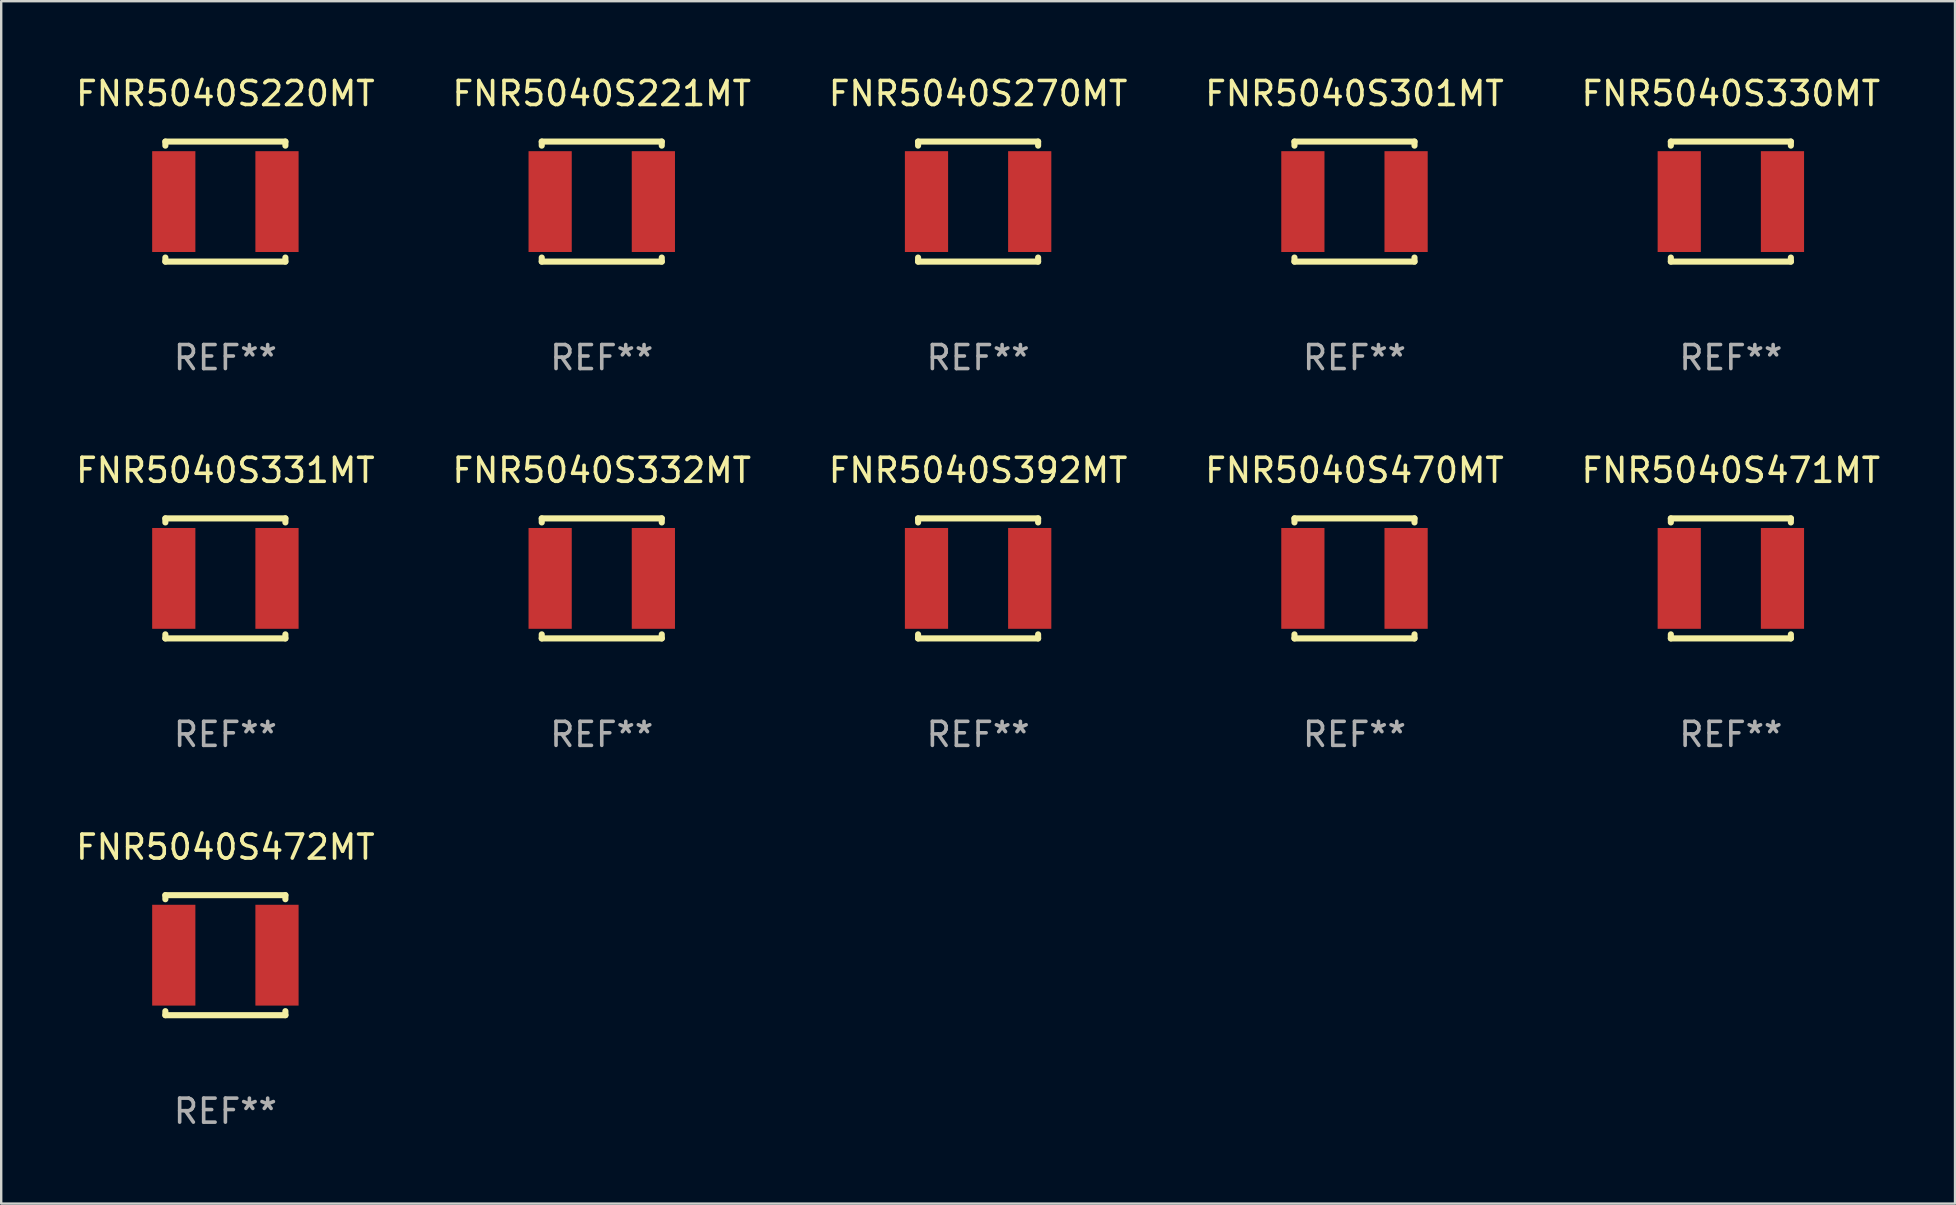
<source format=kicad_pcb>
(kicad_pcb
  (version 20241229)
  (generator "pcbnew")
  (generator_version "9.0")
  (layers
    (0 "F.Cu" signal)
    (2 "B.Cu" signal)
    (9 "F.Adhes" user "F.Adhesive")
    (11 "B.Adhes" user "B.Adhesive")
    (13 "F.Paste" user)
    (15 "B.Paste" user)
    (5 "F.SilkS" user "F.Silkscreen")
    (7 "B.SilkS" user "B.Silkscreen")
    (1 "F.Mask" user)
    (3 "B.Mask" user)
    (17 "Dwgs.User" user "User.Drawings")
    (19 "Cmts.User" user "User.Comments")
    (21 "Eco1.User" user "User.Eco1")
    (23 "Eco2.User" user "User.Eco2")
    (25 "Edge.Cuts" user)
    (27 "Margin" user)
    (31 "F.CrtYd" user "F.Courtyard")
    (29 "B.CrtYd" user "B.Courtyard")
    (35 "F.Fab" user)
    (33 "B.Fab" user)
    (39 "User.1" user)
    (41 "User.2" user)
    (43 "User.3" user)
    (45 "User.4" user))
  (footprint "FNR5040S270MT"
    (layer "F.Cu")
    (at 37.696 5.348)
    (property "Reference" "FNR5040S270MT" (at 0 -4.5 0) (layer "F.SilkS") (effects (font (size 1 1) (thickness 0.15))))
    (attr through_hole)
    (fp_line (start -2.5 -2.5) (end -2.5 -2.331) (stroke (width 0.254) (type solid)) (layer "F.SilkS"))
    (fp_line (start -2.5 -2.5) (end 2.5 -2.5) (stroke (width 0.254) (type solid)) (layer "F.SilkS"))
    (fp_line (start -2.5 2.331) (end -2.5 2.5) (stroke (width 0.254) (type solid)) (layer "F.SilkS"))
    (fp_line (start -2.5 2.5) (end 2.5 2.5) (stroke (width 0.254) (type solid)) (layer "F.SilkS"))
    (fp_line (start 2.5 -2.331) (end 2.5 -2.5) (stroke (width 0.254) (type solid)) (layer "F.SilkS"))
    (fp_line (start 2.5 2.5) (end 2.5 2.331) (stroke (width 0.254) (type solid)) (layer "F.SilkS"))
    (fp_circle (center -2.5 2.5) (end -2.47 2.5) (stroke (width 0.06) (type solid)) (fill no) (layer "F.SilkS"))
    (fp_text user "REF**" (at 0 6.5 0) (layer "F.Fab") (effects (font (size 1 1) (thickness 0.15))))
    (pad "1" smd rect (at -2.15 0) (size 1.8 4.2) (layers "F.Cu" "F.Mask" "F.Paste"))
    (pad "2" smd rect (at 2.15 0) (size 1.8 4.2) (layers "F.Cu" "F.Mask" "F.Paste")))
  (footprint "FNR5040S470MT"
    (layer "F.Cu")
    (at 53.375 21.045)
    (property "Reference" "FNR5040S470MT" (at 0 -4.5 0) (layer "F.SilkS") (effects (font (size 1 1) (thickness 0.15))))
    (attr through_hole)
    (fp_line (start -2.5 -2.5) (end -2.5 -2.331) (stroke (width 0.254) (type solid)) (layer "F.SilkS"))
    (fp_line (start -2.5 -2.5) (end 2.5 -2.5) (stroke (width 0.254) (type solid)) (layer "F.SilkS"))
    (fp_line (start -2.5 2.331) (end -2.5 2.5) (stroke (width 0.254) (type solid)) (layer "F.SilkS"))
    (fp_line (start -2.5 2.5) (end 2.5 2.5) (stroke (width 0.254) (type solid)) (layer "F.SilkS"))
    (fp_line (start 2.5 -2.331) (end 2.5 -2.5) (stroke (width 0.254) (type solid)) (layer "F.SilkS"))
    (fp_line (start 2.5 2.5) (end 2.5 2.331) (stroke (width 0.254) (type solid)) (layer "F.SilkS"))
    (fp_circle (center -2.5 2.5) (end -2.47 2.5) (stroke (width 0.06) (type solid)) (fill no) (layer "F.SilkS"))
    (fp_text user "REF**" (at 0 6.5 0) (layer "F.Fab") (effects (font (size 1 1) (thickness 0.15))))
    (pad "1" smd rect (at -2.15 0) (size 1.8 4.2) (layers "F.Cu" "F.Mask" "F.Paste"))
    (pad "2" smd rect (at 2.15 0) (size 1.8 4.2) (layers "F.Cu" "F.Mask" "F.Paste")))
  (footprint "FNR5040S392MT"
    (layer "F.Cu")
    (at 37.696 21.045)
    (property "Reference" "FNR5040S392MT" (at 0 -4.5 0) (layer "F.SilkS") (effects (font (size 1 1) (thickness 0.15))))
    (attr through_hole)
    (fp_line (start -2.5 -2.5) (end -2.5 -2.331) (stroke (width 0.254) (type solid)) (layer "F.SilkS"))
    (fp_line (start -2.5 -2.5) (end 2.5 -2.5) (stroke (width 0.254) (type solid)) (layer "F.SilkS"))
    (fp_line (start -2.5 2.331) (end -2.5 2.5) (stroke (width 0.254) (type solid)) (layer "F.SilkS"))
    (fp_line (start -2.5 2.5) (end 2.5 2.5) (stroke (width 0.254) (type solid)) (layer "F.SilkS"))
    (fp_line (start 2.5 -2.331) (end 2.5 -2.5) (stroke (width 0.254) (type solid)) (layer "F.SilkS"))
    (fp_line (start 2.5 2.5) (end 2.5 2.331) (stroke (width 0.254) (type solid)) (layer "F.SilkS"))
    (fp_circle (center -2.5 2.5) (end -2.47 2.5) (stroke (width 0.06) (type solid)) (fill no) (layer "F.SilkS"))
    (fp_text user "REF**" (at 0 6.5 0) (layer "F.Fab") (effects (font (size 1 1) (thickness 0.15))))
    (pad "1" smd rect (at -2.15 0) (size 1.8 4.2) (layers "F.Cu" "F.Mask" "F.Paste"))
    (pad "2" smd rect (at 2.15 0) (size 1.8 4.2) (layers "F.Cu" "F.Mask" "F.Paste")))
  (footprint "FNR5040S221MT"
    (layer "F.Cu")
    (at 22.018 5.348)
    (property "Reference" "FNR5040S221MT" (at 0 -4.5 0) (layer "F.SilkS") (effects (font (size 1 1) (thickness 0.15))))
    (attr through_hole)
    (fp_line (start -2.5 -2.5) (end -2.5 -2.331) (stroke (width 0.254) (type solid)) (layer "F.SilkS"))
    (fp_line (start -2.5 -2.5) (end 2.5 -2.5) (stroke (width 0.254) (type solid)) (layer "F.SilkS"))
    (fp_line (start -2.5 2.331) (end -2.5 2.5) (stroke (width 0.254) (type solid)) (layer "F.SilkS"))
    (fp_line (start -2.5 2.5) (end 2.5 2.5) (stroke (width 0.254) (type solid)) (layer "F.SilkS"))
    (fp_line (start 2.5 -2.331) (end 2.5 -2.5) (stroke (width 0.254) (type solid)) (layer "F.SilkS"))
    (fp_line (start 2.5 2.5) (end 2.5 2.331) (stroke (width 0.254) (type solid)) (layer "F.SilkS"))
    (fp_circle (center -2.5 2.5) (end -2.47 2.5) (stroke (width 0.06) (type solid)) (fill no) (layer "F.SilkS"))
    (fp_text user "REF**" (at 0 6.5 0) (layer "F.Fab") (effects (font (size 1 1) (thickness 0.15))))
    (pad "1" smd rect (at -2.15 0) (size 1.8 4.2) (layers "F.Cu" "F.Mask" "F.Paste"))
    (pad "2" smd rect (at 2.15 0) (size 1.8 4.2) (layers "F.Cu" "F.Mask" "F.Paste")))
  (footprint "FNR5040S331MT"
    (layer "F.Cu")
    (at 6.339 21.045)
    (property "Reference" "FNR5040S331MT" (at 0 -4.5 0) (layer "F.SilkS") (effects (font (size 1 1) (thickness 0.15))))
    (attr through_hole)
    (fp_line (start -2.5 -2.5) (end -2.5 -2.331) (stroke (width 0.254) (type solid)) (layer "F.SilkS"))
    (fp_line (start -2.5 -2.5) (end 2.5 -2.5) (stroke (width 0.254) (type solid)) (layer "F.SilkS"))
    (fp_line (start -2.5 2.331) (end -2.5 2.5) (stroke (width 0.254) (type solid)) (layer "F.SilkS"))
    (fp_line (start -2.5 2.5) (end 2.5 2.5) (stroke (width 0.254) (type solid)) (layer "F.SilkS"))
    (fp_line (start 2.5 -2.331) (end 2.5 -2.5) (stroke (width 0.254) (type solid)) (layer "F.SilkS"))
    (fp_line (start 2.5 2.5) (end 2.5 2.331) (stroke (width 0.254) (type solid)) (layer "F.SilkS"))
    (fp_circle (center -2.5 2.5) (end -2.47 2.5) (stroke (width 0.06) (type solid)) (fill no) (layer "F.SilkS"))
    (fp_text user "REF**" (at 0 6.5 0) (layer "F.Fab") (effects (font (size 1 1) (thickness 0.15))))
    (pad "1" smd rect (at -2.15 0) (size 1.8 4.2) (layers "F.Cu" "F.Mask" "F.Paste"))
    (pad "2" smd rect (at 2.15 0) (size 1.8 4.2) (layers "F.Cu" "F.Mask" "F.Paste")))
  (footprint "FNR5040S330MT"
    (layer "F.Cu")
    (at 69.054 5.348)
    (property "Reference" "FNR5040S330MT" (at 0 -4.5 0) (layer "F.SilkS") (effects (font (size 1 1) (thickness 0.15))))
    (attr through_hole)
    (fp_line (start -2.5 -2.5) (end -2.5 -2.331) (stroke (width 0.254) (type solid)) (layer "F.SilkS"))
    (fp_line (start -2.5 -2.5) (end 2.5 -2.5) (stroke (width 0.254) (type solid)) (layer "F.SilkS"))
    (fp_line (start -2.5 2.331) (end -2.5 2.5) (stroke (width 0.254) (type solid)) (layer "F.SilkS"))
    (fp_line (start -2.5 2.5) (end 2.5 2.5) (stroke (width 0.254) (type solid)) (layer "F.SilkS"))
    (fp_line (start 2.5 -2.331) (end 2.5 -2.5) (stroke (width 0.254) (type solid)) (layer "F.SilkS"))
    (fp_line (start 2.5 2.5) (end 2.5 2.331) (stroke (width 0.254) (type solid)) (layer "F.SilkS"))
    (fp_circle (center -2.5 2.5) (end -2.47 2.5) (stroke (width 0.06) (type solid)) (fill no) (layer "F.SilkS"))
    (fp_text user "REF**" (at 0 6.5 0) (layer "F.Fab") (effects (font (size 1 1) (thickness 0.15))))
    (pad "1" smd rect (at -2.15 0) (size 1.8 4.2) (layers "F.Cu" "F.Mask" "F.Paste"))
    (pad "2" smd rect (at 2.15 0) (size 1.8 4.2) (layers "F.Cu" "F.Mask" "F.Paste")))
  (footprint "FNR5040S471MT"
    (layer "F.Cu")
    (at 69.054 21.045)
    (property "Reference" "FNR5040S471MT" (at 0 -4.5 0) (layer "F.SilkS") (effects (font (size 1 1) (thickness 0.15))))
    (attr through_hole)
    (fp_line (start -2.5 -2.5) (end -2.5 -2.331) (stroke (width 0.254) (type solid)) (layer "F.SilkS"))
    (fp_line (start -2.5 -2.5) (end 2.5 -2.5) (stroke (width 0.254) (type solid)) (layer "F.SilkS"))
    (fp_line (start -2.5 2.331) (end -2.5 2.5) (stroke (width 0.254) (type solid)) (layer "F.SilkS"))
    (fp_line (start -2.5 2.5) (end 2.5 2.5) (stroke (width 0.254) (type solid)) (layer "F.SilkS"))
    (fp_line (start 2.5 -2.331) (end 2.5 -2.5) (stroke (width 0.254) (type solid)) (layer "F.SilkS"))
    (fp_line (start 2.5 2.5) (end 2.5 2.331) (stroke (width 0.254) (type solid)) (layer "F.SilkS"))
    (fp_circle (center -2.5 2.5) (end -2.47 2.5) (stroke (width 0.06) (type solid)) (fill no) (layer "F.SilkS"))
    (fp_text user "REF**" (at 0 6.5 0) (layer "F.Fab") (effects (font (size 1 1) (thickness 0.15))))
    (pad "1" smd rect (at -2.15 0) (size 1.8 4.2) (layers "F.Cu" "F.Mask" "F.Paste"))
    (pad "2" smd rect (at 2.15 0) (size 1.8 4.2) (layers "F.Cu" "F.Mask" "F.Paste")))
  (footprint "FNR5040S220MT"
    (layer "F.Cu")
    (at 6.339 5.348)
    (property "Reference" "FNR5040S220MT" (at 0 -4.5 0) (layer "F.SilkS") (effects (font (size 1 1) (thickness 0.15))))
    (attr through_hole)
    (fp_line (start -2.5 -2.5) (end -2.5 -2.331) (stroke (width 0.254) (type solid)) (layer "F.SilkS"))
    (fp_line (start -2.5 -2.5) (end 2.5 -2.5) (stroke (width 0.254) (type solid)) (layer "F.SilkS"))
    (fp_line (start -2.5 2.331) (end -2.5 2.5) (stroke (width 0.254) (type solid)) (layer "F.SilkS"))
    (fp_line (start -2.5 2.5) (end 2.5 2.5) (stroke (width 0.254) (type solid)) (layer "F.SilkS"))
    (fp_line (start 2.5 -2.331) (end 2.5 -2.5) (stroke (width 0.254) (type solid)) (layer "F.SilkS"))
    (fp_line (start 2.5 2.5) (end 2.5 2.331) (stroke (width 0.254) (type solid)) (layer "F.SilkS"))
    (fp_circle (center -2.5 2.5) (end -2.47 2.5) (stroke (width 0.06) (type solid)) (fill no) (layer "F.SilkS"))
    (fp_text user "REF**" (at 0 6.5 0) (layer "F.Fab") (effects (font (size 1 1) (thickness 0.15))))
    (pad "1" smd rect (at -2.15 0) (size 1.8 4.2) (layers "F.Cu" "F.Mask" "F.Paste"))
    (pad "2" smd rect (at 2.15 0) (size 1.8 4.2) (layers "F.Cu" "F.Mask" "F.Paste")))
  (footprint "FNR5040S472MT"
    (layer "F.Cu")
    (at 6.339 36.741)
    (property "Reference" "FNR5040S472MT" (at 0 -4.5 0) (layer "F.SilkS") (effects (font (size 1 1) (thickness 0.15))))
    (attr through_hole)
    (fp_line (start -2.5 -2.5) (end -2.5 -2.331) (stroke (width 0.254) (type solid)) (layer "F.SilkS"))
    (fp_line (start -2.5 -2.5) (end 2.5 -2.5) (stroke (width 0.254) (type solid)) (layer "F.SilkS"))
    (fp_line (start -2.5 2.331) (end -2.5 2.5) (stroke (width 0.254) (type solid)) (layer "F.SilkS"))
    (fp_line (start -2.5 2.5) (end 2.5 2.5) (stroke (width 0.254) (type solid)) (layer "F.SilkS"))
    (fp_line (start 2.5 -2.331) (end 2.5 -2.5) (stroke (width 0.254) (type solid)) (layer "F.SilkS"))
    (fp_line (start 2.5 2.5) (end 2.5 2.331) (stroke (width 0.254) (type solid)) (layer "F.SilkS"))
    (fp_circle (center -2.5 2.5) (end -2.47 2.5) (stroke (width 0.06) (type solid)) (fill no) (layer "F.SilkS"))
    (fp_text user "REF**" (at 0 6.5 0) (layer "F.Fab") (effects (font (size 1 1) (thickness 0.15))))
    (pad "1" smd rect (at -2.15 0) (size 1.8 4.2) (layers "F.Cu" "F.Mask" "F.Paste"))
    (pad "2" smd rect (at 2.15 0) (size 1.8 4.2) (layers "F.Cu" "F.Mask" "F.Paste")))
  (footprint "FNR5040S332MT"
    (layer "F.Cu")
    (at 22.018 21.045)
    (property "Reference" "FNR5040S332MT" (at 0 -4.5 0) (layer "F.SilkS") (effects (font (size 1 1) (thickness 0.15))))
    (attr through_hole)
    (fp_line (start -2.5 -2.5) (end -2.5 -2.331) (stroke (width 0.254) (type solid)) (layer "F.SilkS"))
    (fp_line (start -2.5 -2.5) (end 2.5 -2.5) (stroke (width 0.254) (type solid)) (layer "F.SilkS"))
    (fp_line (start -2.5 2.331) (end -2.5 2.5) (stroke (width 0.254) (type solid)) (layer "F.SilkS"))
    (fp_line (start -2.5 2.5) (end 2.5 2.5) (stroke (width 0.254) (type solid)) (layer "F.SilkS"))
    (fp_line (start 2.5 -2.331) (end 2.5 -2.5) (stroke (width 0.254) (type solid)) (layer "F.SilkS"))
    (fp_line (start 2.5 2.5) (end 2.5 2.331) (stroke (width 0.254) (type solid)) (layer "F.SilkS"))
    (fp_circle (center -2.5 2.5) (end -2.47 2.5) (stroke (width 0.06) (type solid)) (fill no) (layer "F.SilkS"))
    (fp_text user "REF**" (at 0 6.5 0) (layer "F.Fab") (effects (font (size 1 1) (thickness 0.15))))
    (pad "1" smd rect (at -2.15 0) (size 1.8 4.2) (layers "F.Cu" "F.Mask" "F.Paste"))
    (pad "2" smd rect (at 2.15 0) (size 1.8 4.2) (layers "F.Cu" "F.Mask" "F.Paste")))
  (footprint "FNR5040S301MT"
    (layer "F.Cu")
    (at 53.375 5.348)
    (property "Reference" "FNR5040S301MT" (at 0 -4.5 0) (layer "F.SilkS") (effects (font (size 1 1) (thickness 0.15))))
    (attr through_hole)
    (fp_line (start -2.5 -2.5) (end -2.5 -2.331) (stroke (width 0.254) (type solid)) (layer "F.SilkS"))
    (fp_line (start -2.5 -2.5) (end 2.5 -2.5) (stroke (width 0.254) (type solid)) (layer "F.SilkS"))
    (fp_line (start -2.5 2.331) (end -2.5 2.5) (stroke (width 0.254) (type solid)) (layer "F.SilkS"))
    (fp_line (start -2.5 2.5) (end 2.5 2.5) (stroke (width 0.254) (type solid)) (layer "F.SilkS"))
    (fp_line (start 2.5 -2.331) (end 2.5 -2.5) (stroke (width 0.254) (type solid)) (layer "F.SilkS"))
    (fp_line (start 2.5 2.5) (end 2.5 2.331) (stroke (width 0.254) (type solid)) (layer "F.SilkS"))
    (fp_circle (center -2.5 2.5) (end -2.47 2.5) (stroke (width 0.06) (type solid)) (fill no) (layer "F.SilkS"))
    (fp_text user "REF**" (at 0 6.5 0) (layer "F.Fab") (effects (font (size 1 1) (thickness 0.15))))
    (pad "1" smd rect (at -2.15 0) (size 1.8 4.2) (layers "F.Cu" "F.Mask" "F.Paste"))
    (pad "2" smd rect (at 2.15 0) (size 1.8 4.2) (layers "F.Cu" "F.Mask" "F.Paste")))
  (gr_rect
    (start -3 -3)
    (end 78.393 47.09)
    (stroke (width 0.1) (type default))
    (fill no)
    (layer "Edge.Cuts")))
</source>
